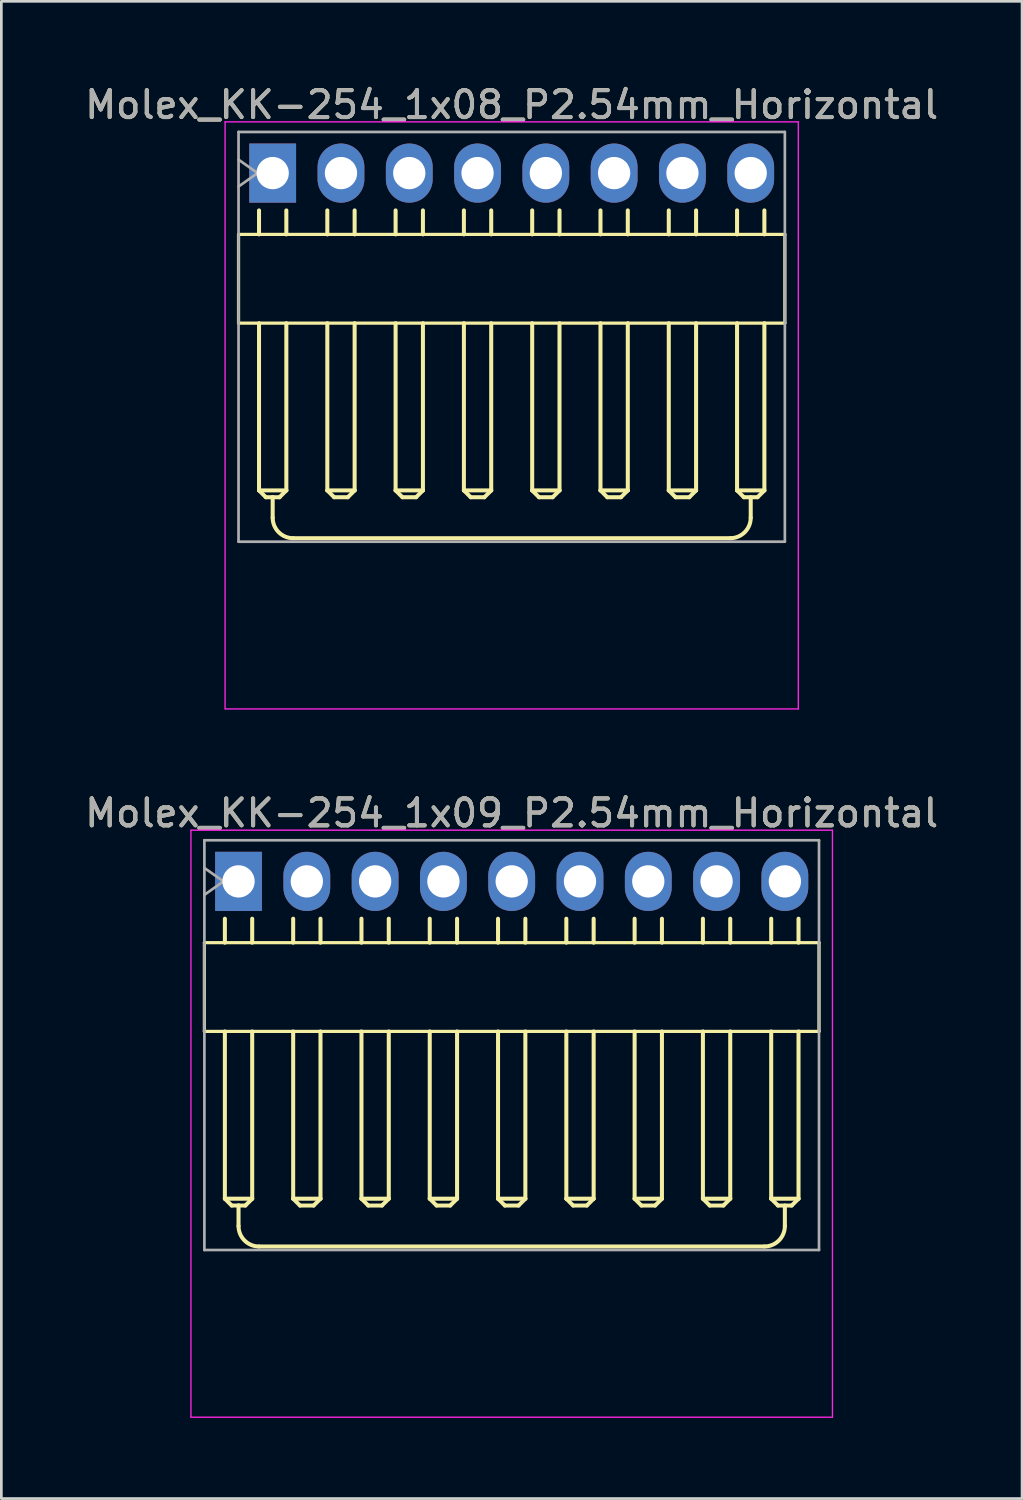
<source format=kicad_pcb>
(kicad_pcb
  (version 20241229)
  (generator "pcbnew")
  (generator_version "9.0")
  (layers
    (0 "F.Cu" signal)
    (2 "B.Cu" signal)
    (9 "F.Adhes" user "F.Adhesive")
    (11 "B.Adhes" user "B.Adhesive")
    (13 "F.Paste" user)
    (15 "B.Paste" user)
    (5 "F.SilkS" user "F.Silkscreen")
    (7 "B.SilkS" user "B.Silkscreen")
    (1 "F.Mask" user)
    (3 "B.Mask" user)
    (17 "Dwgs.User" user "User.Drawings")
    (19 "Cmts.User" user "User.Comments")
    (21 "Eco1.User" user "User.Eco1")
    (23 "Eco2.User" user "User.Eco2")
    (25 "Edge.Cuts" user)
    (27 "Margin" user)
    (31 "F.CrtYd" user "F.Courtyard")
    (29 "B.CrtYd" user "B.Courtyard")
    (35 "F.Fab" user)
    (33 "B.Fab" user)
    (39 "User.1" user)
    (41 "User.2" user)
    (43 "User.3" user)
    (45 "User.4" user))
  (footprint "Molex_KK-254_1x08_P2.54mm_Horizontal"
    (layer "F.Cu")
    (at 7.092 3.388)
    (property "Reference" "Molex_KK-254_1x08_P2.54mm_Horizontal" (at 8.89 -2.54 0) (layer "F.SilkS") (effects (font (size 1 1) (thickness 0.15))))
    (attr through_hole)
    (fp_line (start -1.27 2.28) (end -1.27 5.58) (stroke (width 0.12) (type solid)) (layer "F.SilkS"))
    (fp_line (start -1.27 2.28) (end 19.05 2.28) (stroke (width 0.12) (type solid)) (layer "F.SilkS"))
    (fp_line (start -0.508 1.388) (end -0.508 2.28) (stroke (width 0.15) (type solid)) (layer "F.SilkS"))
    (fp_line (start -0.508 11.802) (end -0.508 5.582) (stroke (width 0.15) (type solid)) (layer "F.SilkS"))
    (fp_line (start -0.508 11.802) (end 0.508 11.802) (stroke (width 0.15) (type solid)) (layer "F.SilkS"))
    (fp_line (start -0.254 12.056) (end -0.508 11.802) (stroke (width 0.15) (type solid)) (layer "F.SilkS"))
    (fp_line (start 0 12.056) (end -0.254 12.056) (stroke (width 0.15) (type solid)) (layer "F.SilkS"))
    (fp_line (start 0 12.056) (end 0 12.818) (stroke (width 0.15) (type solid)) (layer "F.SilkS"))
    (fp_line (start 0.254 12.056) (end 0 12.056) (stroke (width 0.15) (type solid)) (layer "F.SilkS"))
    (fp_line (start 0.508 2.28) (end 0.508 1.388) (stroke (width 0.15) (type solid)) (layer "F.SilkS"))
    (fp_line (start 0.508 5.582) (end 0.508 11.802) (stroke (width 0.15) (type solid)) (layer "F.SilkS"))
    (fp_line (start 0.508 11.802) (end 0.254 12.056) (stroke (width 0.15) (type solid)) (layer "F.SilkS"))
    (fp_line (start 0.762 13.58) (end 17.018 13.58) (stroke (width 0.15) (type solid)) (layer "F.SilkS"))
    (fp_line (start 2.032 2.28) (end 2.032 1.388) (stroke (width 0.15) (type solid)) (layer "F.SilkS"))
    (fp_line (start 2.032 5.582) (end 2.032 11.802) (stroke (width 0.15) (type solid)) (layer "F.SilkS"))
    (fp_line (start 2.032 11.802) (end 2.286 12.056) (stroke (width 0.15) (type solid)) (layer "F.SilkS"))
    (fp_line (start 2.286 12.056) (end 2.794 12.056) (stroke (width 0.15) (type solid)) (layer "F.SilkS"))
    (fp_line (start 2.794 12.056) (end 3.048 11.802) (stroke (width 0.15) (type solid)) (layer "F.SilkS"))
    (fp_line (start 3.048 2.28) (end 3.048 1.388) (stroke (width 0.15) (type solid)) (layer "F.SilkS"))
    (fp_line (start 3.048 11.802) (end 2.032 11.802) (stroke (width 0.15) (type solid)) (layer "F.SilkS"))
    (fp_line (start 3.048 11.802) (end 3.048 5.582) (stroke (width 0.15) (type solid)) (layer "F.SilkS"))
    (fp_line (start 4.572 2.28) (end 4.572 1.388) (stroke (width 0.15) (type solid)) (layer "F.SilkS"))
    (fp_line (start 4.572 5.582) (end 4.572 11.802) (stroke (width 0.15) (type solid)) (layer "F.SilkS"))
    (fp_line (start 4.572 11.802) (end 4.826 12.056) (stroke (width 0.15) (type solid)) (layer "F.SilkS"))
    (fp_line (start 4.826 12.056) (end 5.334 12.056) (stroke (width 0.15) (type solid)) (layer "F.SilkS"))
    (fp_line (start 5.334 12.056) (end 5.588 11.802) (stroke (width 0.15) (type solid)) (layer "F.SilkS"))
    (fp_line (start 5.588 2.28) (end 5.588 1.388) (stroke (width 0.15) (type solid)) (layer "F.SilkS"))
    (fp_line (start 5.588 11.802) (end 4.572 11.802) (stroke (width 0.15) (type solid)) (layer "F.SilkS"))
    (fp_line (start 5.588 11.802) (end 5.588 5.582) (stroke (width 0.15) (type solid)) (layer "F.SilkS"))
    (fp_line (start 7.112 2.28) (end 7.112 1.388) (stroke (width 0.15) (type solid)) (layer "F.SilkS"))
    (fp_line (start 7.112 5.582) (end 7.112 11.802) (stroke (width 0.15) (type solid)) (layer "F.SilkS"))
    (fp_line (start 7.112 11.802) (end 7.366 12.056) (stroke (width 0.15) (type solid)) (layer "F.SilkS"))
    (fp_line (start 7.366 12.056) (end 7.874 12.056) (stroke (width 0.15) (type solid)) (layer "F.SilkS"))
    (fp_line (start 7.874 12.056) (end 8.128 11.802) (stroke (width 0.15) (type solid)) (layer "F.SilkS"))
    (fp_line (start 8.128 2.28) (end 8.128 1.388) (stroke (width 0.15) (type solid)) (layer "F.SilkS"))
    (fp_line (start 8.128 11.802) (end 7.112 11.802) (stroke (width 0.15) (type solid)) (layer "F.SilkS"))
    (fp_line (start 8.128 11.802) (end 8.128 5.582) (stroke (width 0.15) (type solid)) (layer "F.SilkS"))
    (fp_line (start 9.652 2.28) (end 9.652 1.388) (stroke (width 0.15) (type solid)) (layer "F.SilkS"))
    (fp_line (start 9.652 5.582) (end 9.652 11.802) (stroke (width 0.15) (type solid)) (layer "F.SilkS"))
    (fp_line (start 9.652 11.802) (end 9.906 12.056) (stroke (width 0.15) (type solid)) (layer "F.SilkS"))
    (fp_line (start 9.906 12.056) (end 10.414 12.056) (stroke (width 0.15) (type solid)) (layer "F.SilkS"))
    (fp_line (start 10.414 12.056) (end 10.668 11.802) (stroke (width 0.15) (type solid)) (layer "F.SilkS"))
    (fp_line (start 10.668 2.28) (end 10.668 1.388) (stroke (width 0.15) (type solid)) (layer "F.SilkS"))
    (fp_line (start 10.668 11.802) (end 9.652 11.802) (stroke (width 0.15) (type solid)) (layer "F.SilkS"))
    (fp_line (start 10.668 11.802) (end 10.668 5.582) (stroke (width 0.15) (type solid)) (layer "F.SilkS"))
    (fp_line (start 12.192 2.28) (end 12.192 1.388) (stroke (width 0.15) (type solid)) (layer "F.SilkS"))
    (fp_line (start 12.192 5.582) (end 12.192 11.802) (stroke (width 0.15) (type solid)) (layer "F.SilkS"))
    (fp_line (start 12.192 11.802) (end 12.446 12.056) (stroke (width 0.15) (type solid)) (layer "F.SilkS"))
    (fp_line (start 12.446 12.056) (end 12.954 12.056) (stroke (width 0.15) (type solid)) (layer "F.SilkS"))
    (fp_line (start 12.954 12.056) (end 13.208 11.802) (stroke (width 0.15) (type solid)) (layer "F.SilkS"))
    (fp_line (start 13.208 2.28) (end 13.208 1.388) (stroke (width 0.15) (type solid)) (layer "F.SilkS"))
    (fp_line (start 13.208 11.802) (end 12.192 11.802) (stroke (width 0.15) (type solid)) (layer "F.SilkS"))
    (fp_line (start 13.208 11.802) (end 13.208 5.582) (stroke (width 0.15) (type solid)) (layer "F.SilkS"))
    (fp_line (start 14.732 2.28) (end 14.732 1.388) (stroke (width 0.15) (type solid)) (layer "F.SilkS"))
    (fp_line (start 14.732 5.582) (end 14.732 11.802) (stroke (width 0.15) (type solid)) (layer "F.SilkS"))
    (fp_line (start 14.732 11.802) (end 14.986 12.056) (stroke (width 0.15) (type solid)) (layer "F.SilkS"))
    (fp_line (start 14.986 12.056) (end 15.494 12.056) (stroke (width 0.15) (type solid)) (layer "F.SilkS"))
    (fp_line (start 15.494 12.056) (end 15.748 11.802) (stroke (width 0.15) (type solid)) (layer "F.SilkS"))
    (fp_line (start 15.748 2.28) (end 15.748 1.388) (stroke (width 0.15) (type solid)) (layer "F.SilkS"))
    (fp_line (start 15.748 11.802) (end 14.732 11.802) (stroke (width 0.15) (type solid)) (layer "F.SilkS"))
    (fp_line (start 15.748 11.802) (end 15.748 5.582) (stroke (width 0.15) (type solid)) (layer "F.SilkS"))
    (fp_line (start 17.272 2.28) (end 17.272 1.388) (stroke (width 0.15) (type solid)) (layer "F.SilkS"))
    (fp_line (start 17.272 5.582) (end 17.272 11.802) (stroke (width 0.15) (type solid)) (layer "F.SilkS"))
    (fp_line (start 17.272 11.802) (end 17.526 12.056) (stroke (width 0.15) (type solid)) (layer "F.SilkS"))
    (fp_line (start 17.526 12.056) (end 18.034 12.056) (stroke (width 0.15) (type solid)) (layer "F.SilkS"))
    (fp_line (start 17.78 12.056) (end 17.78 12.818) (stroke (width 0.15) (type solid)) (layer "F.SilkS"))
    (fp_line (start 18.034 12.056) (end 18.288 11.802) (stroke (width 0.15) (type solid)) (layer "F.SilkS"))
    (fp_line (start 18.288 2.28) (end 18.288 1.388) (stroke (width 0.15) (type solid)) (layer "F.SilkS"))
    (fp_line (start 18.288 11.802) (end 17.272 11.802) (stroke (width 0.15) (type solid)) (layer "F.SilkS"))
    (fp_line (start 18.288 11.802) (end 18.288 5.582) (stroke (width 0.15) (type solid)) (layer "F.SilkS"))
    (fp_line (start 19.05 2.28) (end 19.05 5.58) (stroke (width 0.12) (type solid)) (layer "F.SilkS"))
    (fp_line (start 19.05 5.58) (end -1.27 5.58) (stroke (width 0.12) (type solid)) (layer "F.SilkS"))
    (fp_arc (start 0.762 13.58) (mid 0.223185 13.356815) (end 0 12.818) (stroke (width 0.15) (type solid)) (layer "F.SilkS"))
    (fp_arc (start 17.78 12.818) (mid 17.556815 13.356815) (end 17.018 13.58) (stroke (width 0.15) (type solid)) (layer "F.SilkS"))
    (fp_line (start -1.77 -1.905) (end -1.77 19.93) (stroke (width 0.05) (type solid)) (layer "F.CrtYd"))
    (fp_line (start -1.762 19.93) (end 19.55 19.93) (stroke (width 0.05) (type solid)) (layer "F.CrtYd"))
    (fp_line (start 19.55 -1.905) (end -1.77 -1.905) (stroke (width 0.05) (type solid)) (layer "F.CrtYd"))
    (fp_line (start 19.55 19.93) (end 19.55 -1.905) (stroke (width 0.05) (type solid)) (layer "F.CrtYd"))
    (fp_line (start -1.27 -1.53) (end -1.27 13.71) (stroke (width 0.1) (type solid)) (layer "F.Fab"))
    (fp_line (start -1.27 -0.5) (end -0.563 0) (stroke (width 0.1) (type solid)) (layer "F.Fab"))
    (fp_line (start -1.27 13.71) (end 19.05 13.71) (stroke (width 0.1) (type solid)) (layer "F.Fab"))
    (fp_line (start -0.563 0) (end -1.27 0.5) (stroke (width 0.1) (type solid)) (layer "F.Fab"))
    (fp_line (start 19.05 -1.53) (end -1.27 -1.53) (stroke (width 0.1) (type solid)) (layer "F.Fab"))
    (fp_line (start 19.05 13.71) (end 19.05 -1.53) (stroke (width 0.1) (type solid)) (layer "F.Fab"))
    (fp_text user "${REFERENCE}" (at 8.89 -2.54 0) (layer "F.Fab") (effects (font (size 1 1) (thickness 0.15))))
    (pad "1" thru_hole rect (at 0 0) (size 1.74 2.2) (drill 1.2) (layers "*.Cu" "*.Mask"))
    (pad "2" thru_hole oval (at 2.54 0) (size 1.74 2.2) (drill 1.2) (layers "*.Cu" "*.Mask"))
    (pad "3" thru_hole oval (at 5.08 0) (size 1.74 2.2) (drill 1.2) (layers "*.Cu" "*.Mask"))
    (pad "4" thru_hole oval (at 7.62 0) (size 1.74 2.2) (drill 1.2) (layers "*.Cu" "*.Mask"))
    (pad "5" thru_hole oval (at 10.16 0) (size 1.74 2.2) (drill 1.2) (layers "*.Cu" "*.Mask"))
    (pad "6" thru_hole oval (at 12.7 0) (size 1.74 2.2) (drill 1.2) (layers "*.Cu" "*.Mask"))
    (pad "7" thru_hole oval (at 15.24 0) (size 1.74 2.2) (drill 1.2) (layers "*.Cu" "*.Mask"))
    (pad "8" thru_hole oval (at 17.78 0) (size 1.74 2.2) (drill 1.2) (layers "*.Cu" "*.Mask")))
  (footprint "Molex_KK-254_1x09_P2.54mm_Horizontal"
    (layer "F.Cu")
    (at 5.822 29.732)
    (property "Reference" "Molex_KK-254_1x09_P2.54mm_Horizontal" (at 10.16 -2.54 0) (layer "F.SilkS") (effects (font (size 1 1) (thickness 0.15))))
    (attr through_hole)
    (fp_line (start -1.27 2.28) (end -1.27 5.58) (stroke (width 0.12) (type solid)) (layer "F.SilkS"))
    (fp_line (start -1.27 2.28) (end 21.59 2.28) (stroke (width 0.12) (type solid)) (layer "F.SilkS"))
    (fp_line (start -0.508 1.388) (end -0.508 2.28) (stroke (width 0.15) (type solid)) (layer "F.SilkS"))
    (fp_line (start -0.508 11.802) (end -0.508 5.582) (stroke (width 0.15) (type solid)) (layer "F.SilkS"))
    (fp_line (start -0.508 11.802) (end 0.508 11.802) (stroke (width 0.15) (type solid)) (layer "F.SilkS"))
    (fp_line (start -0.254 12.056) (end -0.508 11.802) (stroke (width 0.15) (type solid)) (layer "F.SilkS"))
    (fp_line (start 0 12.056) (end -0.254 12.056) (stroke (width 0.15) (type solid)) (layer "F.SilkS"))
    (fp_line (start 0 12.056) (end 0 12.818) (stroke (width 0.15) (type solid)) (layer "F.SilkS"))
    (fp_line (start 0.254 12.056) (end 0 12.056) (stroke (width 0.15) (type solid)) (layer "F.SilkS"))
    (fp_line (start 0.508 2.28) (end 0.508 1.388) (stroke (width 0.15) (type solid)) (layer "F.SilkS"))
    (fp_line (start 0.508 5.582) (end 0.508 11.802) (stroke (width 0.15) (type solid)) (layer "F.SilkS"))
    (fp_line (start 0.508 11.802) (end 0.254 12.056) (stroke (width 0.15) (type solid)) (layer "F.SilkS"))
    (fp_line (start 0.762 13.58) (end 19.558 13.58) (stroke (width 0.15) (type solid)) (layer "F.SilkS"))
    (fp_line (start 2.032 2.28) (end 2.032 1.388) (stroke (width 0.15) (type solid)) (layer "F.SilkS"))
    (fp_line (start 2.032 5.582) (end 2.032 11.802) (stroke (width 0.15) (type solid)) (layer "F.SilkS"))
    (fp_line (start 2.032 11.802) (end 2.286 12.056) (stroke (width 0.15) (type solid)) (layer "F.SilkS"))
    (fp_line (start 2.286 12.056) (end 2.794 12.056) (stroke (width 0.15) (type solid)) (layer "F.SilkS"))
    (fp_line (start 2.794 12.056) (end 3.048 11.802) (stroke (width 0.15) (type solid)) (layer "F.SilkS"))
    (fp_line (start 3.048 2.28) (end 3.048 1.388) (stroke (width 0.15) (type solid)) (layer "F.SilkS"))
    (fp_line (start 3.048 11.802) (end 2.032 11.802) (stroke (width 0.15) (type solid)) (layer "F.SilkS"))
    (fp_line (start 3.048 11.802) (end 3.048 5.582) (stroke (width 0.15) (type solid)) (layer "F.SilkS"))
    (fp_line (start 4.572 2.28) (end 4.572 1.388) (stroke (width 0.15) (type solid)) (layer "F.SilkS"))
    (fp_line (start 4.572 5.582) (end 4.572 11.802) (stroke (width 0.15) (type solid)) (layer "F.SilkS"))
    (fp_line (start 4.572 11.802) (end 4.826 12.056) (stroke (width 0.15) (type solid)) (layer "F.SilkS"))
    (fp_line (start 4.826 12.056) (end 5.334 12.056) (stroke (width 0.15) (type solid)) (layer "F.SilkS"))
    (fp_line (start 5.334 12.056) (end 5.588 11.802) (stroke (width 0.15) (type solid)) (layer "F.SilkS"))
    (fp_line (start 5.588 2.28) (end 5.588 1.388) (stroke (width 0.15) (type solid)) (layer "F.SilkS"))
    (fp_line (start 5.588 11.802) (end 4.572 11.802) (stroke (width 0.15) (type solid)) (layer "F.SilkS"))
    (fp_line (start 5.588 11.802) (end 5.588 5.582) (stroke (width 0.15) (type solid)) (layer "F.SilkS"))
    (fp_line (start 7.112 2.28) (end 7.112 1.388) (stroke (width 0.15) (type solid)) (layer "F.SilkS"))
    (fp_line (start 7.112 5.582) (end 7.112 11.802) (stroke (width 0.15) (type solid)) (layer "F.SilkS"))
    (fp_line (start 7.112 11.802) (end 7.366 12.056) (stroke (width 0.15) (type solid)) (layer "F.SilkS"))
    (fp_line (start 7.366 12.056) (end 7.874 12.056) (stroke (width 0.15) (type solid)) (layer "F.SilkS"))
    (fp_line (start 7.874 12.056) (end 8.128 11.802) (stroke (width 0.15) (type solid)) (layer "F.SilkS"))
    (fp_line (start 8.128 2.28) (end 8.128 1.388) (stroke (width 0.15) (type solid)) (layer "F.SilkS"))
    (fp_line (start 8.128 11.802) (end 7.112 11.802) (stroke (width 0.15) (type solid)) (layer "F.SilkS"))
    (fp_line (start 8.128 11.802) (end 8.128 5.582) (stroke (width 0.15) (type solid)) (layer "F.SilkS"))
    (fp_line (start 9.652 2.28) (end 9.652 1.388) (stroke (width 0.15) (type solid)) (layer "F.SilkS"))
    (fp_line (start 9.652 5.582) (end 9.652 11.802) (stroke (width 0.15) (type solid)) (layer "F.SilkS"))
    (fp_line (start 9.652 11.802) (end 9.906 12.056) (stroke (width 0.15) (type solid)) (layer "F.SilkS"))
    (fp_line (start 9.906 12.056) (end 10.414 12.056) (stroke (width 0.15) (type solid)) (layer "F.SilkS"))
    (fp_line (start 10.414 12.056) (end 10.668 11.802) (stroke (width 0.15) (type solid)) (layer "F.SilkS"))
    (fp_line (start 10.668 2.28) (end 10.668 1.388) (stroke (width 0.15) (type solid)) (layer "F.SilkS"))
    (fp_line (start 10.668 11.802) (end 9.652 11.802) (stroke (width 0.15) (type solid)) (layer "F.SilkS"))
    (fp_line (start 10.668 11.802) (end 10.668 5.582) (stroke (width 0.15) (type solid)) (layer "F.SilkS"))
    (fp_line (start 12.192 2.28) (end 12.192 1.388) (stroke (width 0.15) (type solid)) (layer "F.SilkS"))
    (fp_line (start 12.192 5.582) (end 12.192 11.802) (stroke (width 0.15) (type solid)) (layer "F.SilkS"))
    (fp_line (start 12.192 11.802) (end 12.446 12.056) (stroke (width 0.15) (type solid)) (layer "F.SilkS"))
    (fp_line (start 12.446 12.056) (end 12.954 12.056) (stroke (width 0.15) (type solid)) (layer "F.SilkS"))
    (fp_line (start 12.954 12.056) (end 13.208 11.802) (stroke (width 0.15) (type solid)) (layer "F.SilkS"))
    (fp_line (start 13.208 2.28) (end 13.208 1.388) (stroke (width 0.15) (type solid)) (layer "F.SilkS"))
    (fp_line (start 13.208 11.802) (end 12.192 11.802) (stroke (width 0.15) (type solid)) (layer "F.SilkS"))
    (fp_line (start 13.208 11.802) (end 13.208 5.582) (stroke (width 0.15) (type solid)) (layer "F.SilkS"))
    (fp_line (start 14.732 2.28) (end 14.732 1.388) (stroke (width 0.15) (type solid)) (layer "F.SilkS"))
    (fp_line (start 14.732 5.582) (end 14.732 11.802) (stroke (width 0.15) (type solid)) (layer "F.SilkS"))
    (fp_line (start 14.732 11.802) (end 14.986 12.056) (stroke (width 0.15) (type solid)) (layer "F.SilkS"))
    (fp_line (start 14.986 12.056) (end 15.494 12.056) (stroke (width 0.15) (type solid)) (layer "F.SilkS"))
    (fp_line (start 15.494 12.056) (end 15.748 11.802) (stroke (width 0.15) (type solid)) (layer "F.SilkS"))
    (fp_line (start 15.748 2.28) (end 15.748 1.388) (stroke (width 0.15) (type solid)) (layer "F.SilkS"))
    (fp_line (start 15.748 11.802) (end 14.732 11.802) (stroke (width 0.15) (type solid)) (layer "F.SilkS"))
    (fp_line (start 15.748 11.802) (end 15.748 5.582) (stroke (width 0.15) (type solid)) (layer "F.SilkS"))
    (fp_line (start 17.272 2.28) (end 17.272 1.388) (stroke (width 0.15) (type solid)) (layer "F.SilkS"))
    (fp_line (start 17.272 5.582) (end 17.272 11.802) (stroke (width 0.15) (type solid)) (layer "F.SilkS"))
    (fp_line (start 17.272 11.802) (end 17.526 12.056) (stroke (width 0.15) (type solid)) (layer "F.SilkS"))
    (fp_line (start 17.526 12.056) (end 18.034 12.056) (stroke (width 0.15) (type solid)) (layer "F.SilkS"))
    (fp_line (start 18.034 12.056) (end 18.288 11.802) (stroke (width 0.15) (type solid)) (layer "F.SilkS"))
    (fp_line (start 18.288 2.28) (end 18.288 1.388) (stroke (width 0.15) (type solid)) (layer "F.SilkS"))
    (fp_line (start 18.288 11.802) (end 17.272 11.802) (stroke (width 0.15) (type solid)) (layer "F.SilkS"))
    (fp_line (start 18.288 11.802) (end 18.288 5.582) (stroke (width 0.15) (type solid)) (layer "F.SilkS"))
    (fp_line (start 19.812 2.28) (end 19.812 1.388) (stroke (width 0.15) (type solid)) (layer "F.SilkS"))
    (fp_line (start 19.812 5.582) (end 19.812 11.802) (stroke (width 0.15) (type solid)) (layer "F.SilkS"))
    (fp_line (start 19.812 11.802) (end 20.066 12.056) (stroke (width 0.15) (type solid)) (layer "F.SilkS"))
    (fp_line (start 20.066 12.056) (end 20.574 12.056) (stroke (width 0.15) (type solid)) (layer "F.SilkS"))
    (fp_line (start 20.32 12.056) (end 20.32 12.818) (stroke (width 0.15) (type solid)) (layer "F.SilkS"))
    (fp_line (start 20.574 12.056) (end 20.828 11.802) (stroke (width 0.15) (type solid)) (layer "F.SilkS"))
    (fp_line (start 20.828 2.28) (end 20.828 1.388) (stroke (width 0.15) (type solid)) (layer "F.SilkS"))
    (fp_line (start 20.828 11.802) (end 19.812 11.802) (stroke (width 0.15) (type solid)) (layer "F.SilkS"))
    (fp_line (start 20.828 11.802) (end 20.828 5.582) (stroke (width 0.15) (type solid)) (layer "F.SilkS"))
    (fp_line (start 21.59 2.28) (end 21.59 5.58) (stroke (width 0.12) (type solid)) (layer "F.SilkS"))
    (fp_line (start 21.59 5.58) (end -1.27 5.58) (stroke (width 0.12) (type solid)) (layer "F.SilkS"))
    (fp_arc (start 0.762 13.58) (mid 0.223185 13.356815) (end 0 12.818) (stroke (width 0.15) (type solid)) (layer "F.SilkS"))
    (fp_arc (start 20.32 12.818) (mid 20.096815 13.356815) (end 19.558 13.58) (stroke (width 0.15) (type solid)) (layer "F.SilkS"))
    (fp_line (start -1.77 -1.905) (end -1.77 19.93) (stroke (width 0.05) (type solid)) (layer "F.CrtYd"))
    (fp_line (start -1.762 19.93) (end 22.09 19.93) (stroke (width 0.05) (type solid)) (layer "F.CrtYd"))
    (fp_line (start 22.09 -1.905) (end -1.77 -1.905) (stroke (width 0.05) (type solid)) (layer "F.CrtYd"))
    (fp_line (start 22.09 19.93) (end 22.09 -1.905) (stroke (width 0.05) (type solid)) (layer "F.CrtYd"))
    (fp_line (start -1.27 -1.53) (end -1.27 13.71) (stroke (width 0.1) (type solid)) (layer "F.Fab"))
    (fp_line (start -1.27 -0.5) (end -0.563 0) (stroke (width 0.1) (type solid)) (layer "F.Fab"))
    (fp_line (start -1.27 13.71) (end 21.59 13.71) (stroke (width 0.1) (type solid)) (layer "F.Fab"))
    (fp_line (start -0.563 0) (end -1.27 0.5) (stroke (width 0.1) (type solid)) (layer "F.Fab"))
    (fp_line (start 21.59 -1.53) (end -1.27 -1.53) (stroke (width 0.1) (type solid)) (layer "F.Fab"))
    (fp_line (start 21.59 13.71) (end 21.59 -1.53) (stroke (width 0.1) (type solid)) (layer "F.Fab"))
    (fp_text user "${REFERENCE}" (at 10.16 -2.54 0) (layer "F.Fab") (effects (font (size 1 1) (thickness 0.15))))
    (pad "1" thru_hole rect (at 0 0) (size 1.74 2.2) (drill 1.2) (layers "*.Cu" "*.Mask"))
    (pad "2" thru_hole oval (at 2.54 0) (size 1.74 2.2) (drill 1.2) (layers "*.Cu" "*.Mask"))
    (pad "3" thru_hole oval (at 5.08 0) (size 1.74 2.2) (drill 1.2) (layers "*.Cu" "*.Mask"))
    (pad "4" thru_hole oval (at 7.62 0) (size 1.74 2.2) (drill 1.2) (layers "*.Cu" "*.Mask"))
    (pad "5" thru_hole oval (at 10.16 0) (size 1.74 2.2) (drill 1.2) (layers "*.Cu" "*.Mask"))
    (pad "6" thru_hole oval (at 12.7 0) (size 1.74 2.2) (drill 1.2) (layers "*.Cu" "*.Mask"))
    (pad "7" thru_hole oval (at 15.24 0) (size 1.74 2.2) (drill 1.2) (layers "*.Cu" "*.Mask"))
    (pad "8" thru_hole oval (at 17.78 0) (size 1.74 2.2) (drill 1.2) (layers "*.Cu" "*.Mask"))
    (pad "9" thru_hole oval (at 20.32 0) (size 1.74 2.2) (drill 1.2) (layers "*.Cu" "*.Mask")))
  (gr_rect
    (start -3 -3)
    (end 34.964 52.687)
    (stroke (width 0.1) (type default))
    (fill no)
    (layer "Edge.Cuts")))
</source>
